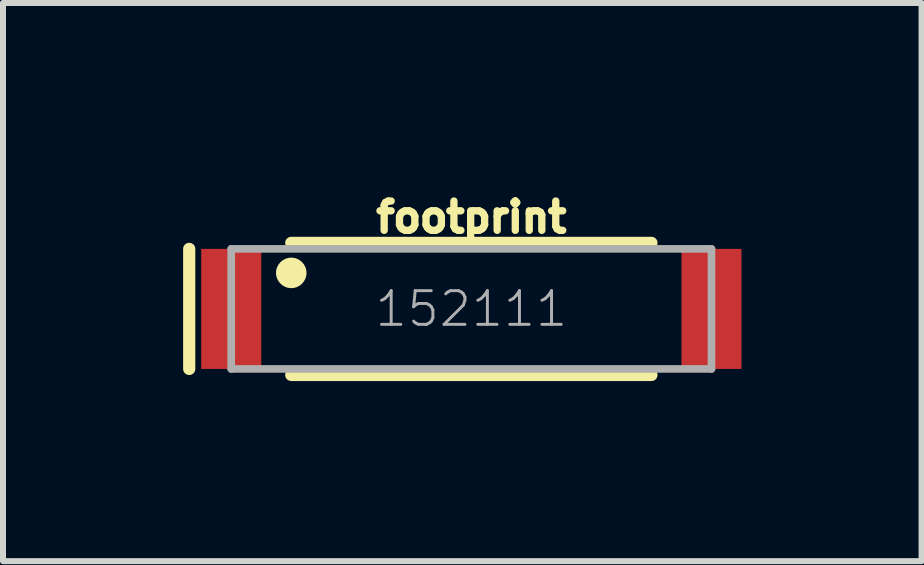
<source format=kicad_pcb>
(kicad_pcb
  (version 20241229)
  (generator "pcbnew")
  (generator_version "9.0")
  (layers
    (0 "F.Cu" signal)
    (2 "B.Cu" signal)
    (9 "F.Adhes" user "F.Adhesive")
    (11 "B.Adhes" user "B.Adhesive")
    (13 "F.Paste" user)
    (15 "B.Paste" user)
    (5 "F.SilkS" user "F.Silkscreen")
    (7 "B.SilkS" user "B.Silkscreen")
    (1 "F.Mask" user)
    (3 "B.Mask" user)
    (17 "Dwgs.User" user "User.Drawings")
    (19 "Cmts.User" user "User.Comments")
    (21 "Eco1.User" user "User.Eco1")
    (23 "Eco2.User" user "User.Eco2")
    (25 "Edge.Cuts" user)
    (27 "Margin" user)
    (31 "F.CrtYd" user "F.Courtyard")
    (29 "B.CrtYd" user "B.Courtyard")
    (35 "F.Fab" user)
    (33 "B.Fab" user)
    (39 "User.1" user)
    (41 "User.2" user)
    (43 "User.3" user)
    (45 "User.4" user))
  (footprint "footprint"
    (layer "F.Cu")
    (at 4.802 2.096)
    (property "Reference" "footprint" (at 0 -1.243 0) (layer "F.SilkS") (effects (font (size 0.488 0.488) (thickness 0.122)) (justify bottom)))
    (fp_line (start -4.7 -1) (end -4.7 1) (stroke (width 0.203) (type solid)) (layer "F.SilkS"))
    (fp_line (start -3 -1.1) (end 3 -1.1) (stroke (width 0.203) (type solid)) (layer "F.SilkS"))
    (fp_line (start 3 1.1) (end -3 1.1) (stroke (width 0.203) (type solid)) (layer "F.SilkS"))
    (fp_circle (center -3 -0.6) (end -2.873 -0.6) (stroke (width 0.254) (type solid)) (fill yes) (layer "F.SilkS"))
    (fp_line (start -4 -1) (end -4 1) (stroke (width 0.127) (type solid)) (layer "F.Fab"))
    (fp_line (start -4 1) (end 4 1) (stroke (width 0.127) (type solid)) (layer "F.Fab"))
    (fp_line (start 4 -1) (end -4 -1) (stroke (width 0.127) (type solid)) (layer "F.Fab"))
    (fp_line (start 4 1) (end 4 -1) (stroke (width 0.127) (type solid)) (layer "F.Fab"))
    (fp_text user "152111" (at 0 0 0) (layer "F.Fab") (effects (font (size 0.561 0.561) (thickness 0.049))))
    (pad "NC" smd rect (at 4 0) (size 1 2) (layers "F.Cu" "F.Mask" "F.Paste"))
    (pad "SIG" smd rect (at -4 0) (size 1 2) (layers "F.Cu" "F.Mask" "F.Paste")))
  (gr_rect
    (start -3 -3)
    (end 12.302 6.298)
    (stroke (width 0.1) (type default))
    (fill no)
    (layer "Edge.Cuts")))
</source>
